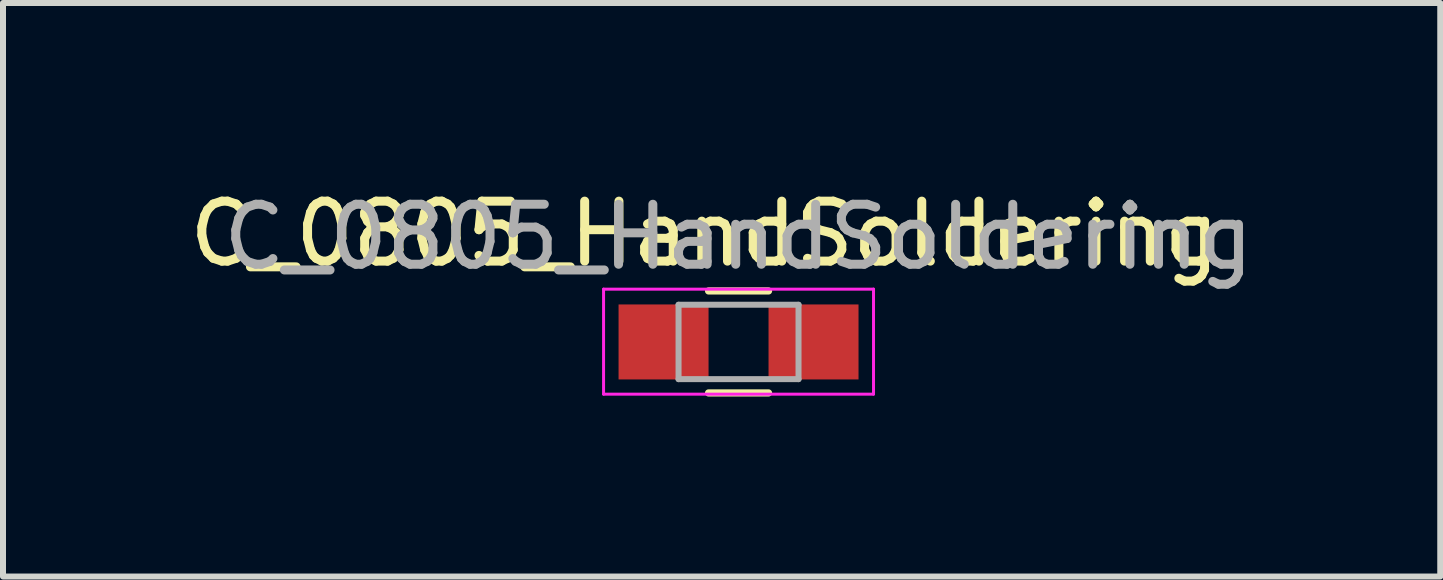
<source format=kicad_pcb>
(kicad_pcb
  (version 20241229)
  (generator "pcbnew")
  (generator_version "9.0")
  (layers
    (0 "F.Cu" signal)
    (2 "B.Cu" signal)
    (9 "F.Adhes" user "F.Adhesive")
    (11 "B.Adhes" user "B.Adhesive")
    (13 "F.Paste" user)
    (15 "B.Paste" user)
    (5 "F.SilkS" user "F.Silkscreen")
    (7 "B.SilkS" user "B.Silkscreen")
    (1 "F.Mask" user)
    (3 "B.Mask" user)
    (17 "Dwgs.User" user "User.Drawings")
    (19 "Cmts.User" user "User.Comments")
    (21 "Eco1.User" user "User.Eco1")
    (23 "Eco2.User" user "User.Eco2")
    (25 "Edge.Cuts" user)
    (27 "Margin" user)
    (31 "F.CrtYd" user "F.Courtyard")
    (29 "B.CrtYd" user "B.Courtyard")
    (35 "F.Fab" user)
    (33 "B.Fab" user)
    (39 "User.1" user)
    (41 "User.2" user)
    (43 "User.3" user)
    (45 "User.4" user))
  (footprint "C_0805_HandSoldering"
    (layer "F.Cu")
    (at 9.261 2.65)
    (property "Reference" "C_0805_HandSoldering" (at -0.565 -1.802 0) (layer "F.SilkS") (effects (font (size 1 1) (thickness 0.15))))
    (attr smd)
    (fp_line (start -0.5 0.85) (end 0.5 0.85) (stroke (width 0.12) (type solid)) (layer "F.SilkS"))
    (fp_line (start 0.5 -0.85) (end -0.5 -0.85) (stroke (width 0.12) (type solid)) (layer "F.SilkS"))
    (fp_line (start -2.25 -0.88) (end -2.25 0.87) (stroke (width 0.05) (type solid)) (layer "F.CrtYd"))
    (fp_line (start -2.25 -0.88) (end 2.25 -0.88) (stroke (width 0.05) (type solid)) (layer "F.CrtYd"))
    (fp_line (start 2.25 0.87) (end -2.25 0.87) (stroke (width 0.05) (type solid)) (layer "F.CrtYd"))
    (fp_line (start 2.25 0.87) (end 2.25 -0.88) (stroke (width 0.05) (type solid)) (layer "F.CrtYd"))
    (fp_line (start -1 -0.62) (end 1 -0.62) (stroke (width 0.1) (type solid)) (layer "F.Fab"))
    (fp_line (start -1 0.62) (end -1 -0.62) (stroke (width 0.1) (type solid)) (layer "F.Fab"))
    (fp_line (start 1 -0.62) (end 1 0.62) (stroke (width 0.1) (type solid)) (layer "F.Fab"))
    (fp_line (start 1 0.62) (end -1 0.62) (stroke (width 0.1) (type solid)) (layer "F.Fab"))
    (fp_text user "${REFERENCE}" (at 0 -1.75 0) (layer "F.Fab") (effects (font (size 1 1) (thickness 0.15))))
    (pad "1" smd rect (at -1.25 0) (size 1.5 1.25) (layers "F.Cu" "F.Mask" "F.Paste"))
    (pad "2" smd rect (at 1.25 0) (size 1.5 1.25) (layers "F.Cu" "F.Mask" "F.Paste")))
  (gr_rect
    (start -3 -3)
    (end 20.958 6.56)
    (stroke (width 0.1) (type default))
    (fill no)
    (layer "Edge.Cuts")))
</source>
